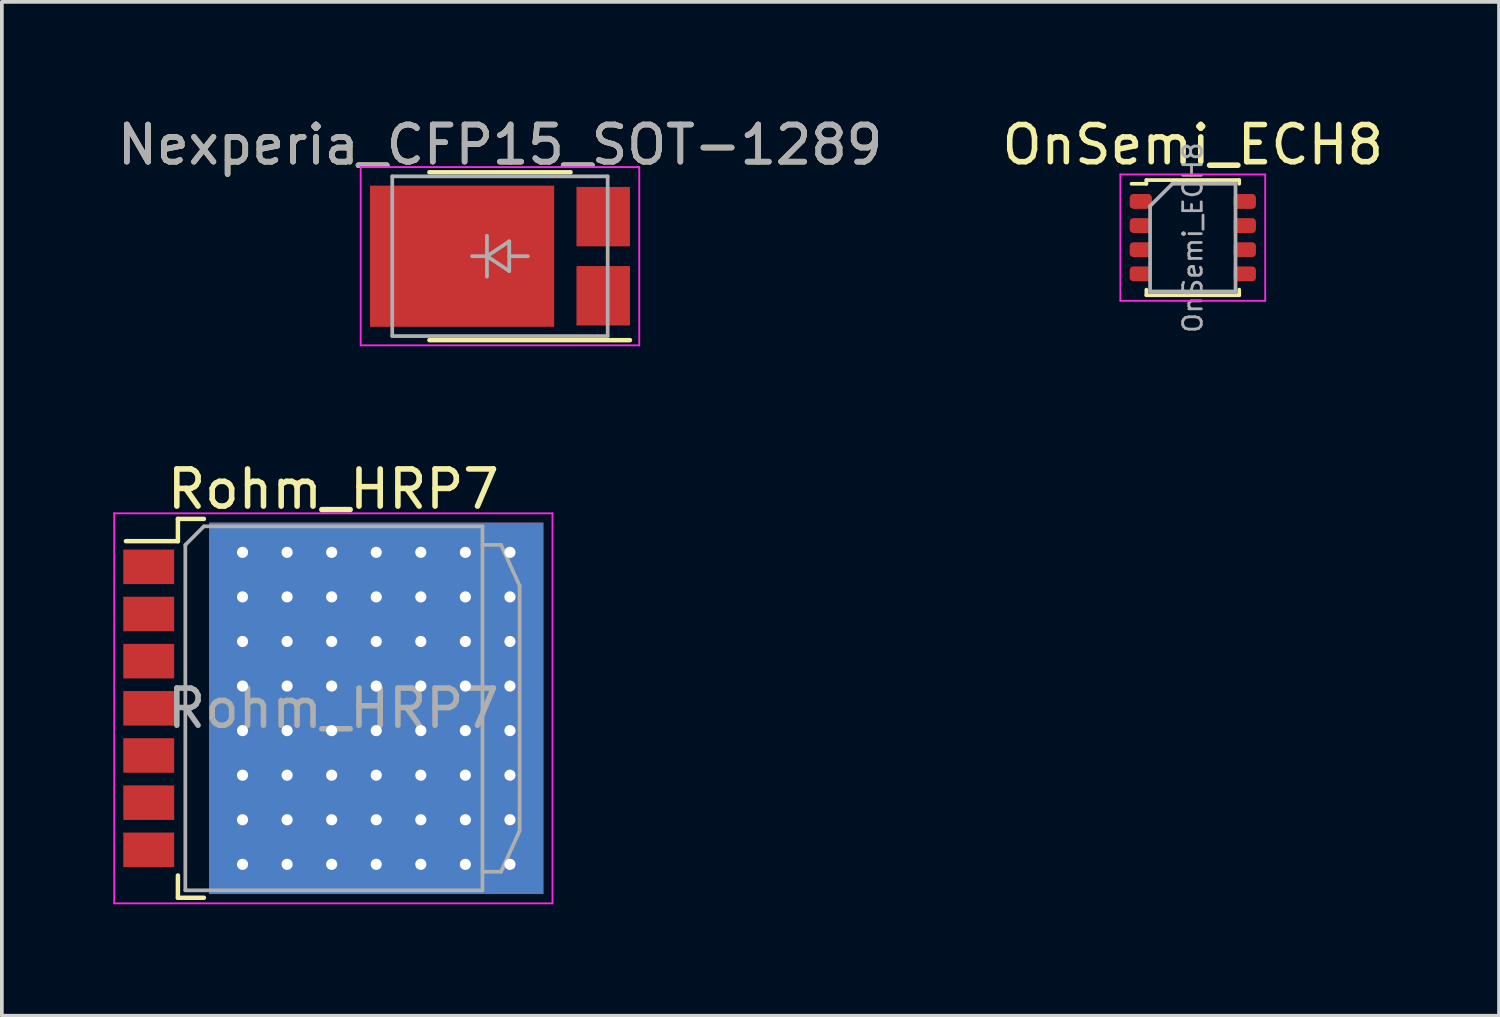
<source format=kicad_pcb>
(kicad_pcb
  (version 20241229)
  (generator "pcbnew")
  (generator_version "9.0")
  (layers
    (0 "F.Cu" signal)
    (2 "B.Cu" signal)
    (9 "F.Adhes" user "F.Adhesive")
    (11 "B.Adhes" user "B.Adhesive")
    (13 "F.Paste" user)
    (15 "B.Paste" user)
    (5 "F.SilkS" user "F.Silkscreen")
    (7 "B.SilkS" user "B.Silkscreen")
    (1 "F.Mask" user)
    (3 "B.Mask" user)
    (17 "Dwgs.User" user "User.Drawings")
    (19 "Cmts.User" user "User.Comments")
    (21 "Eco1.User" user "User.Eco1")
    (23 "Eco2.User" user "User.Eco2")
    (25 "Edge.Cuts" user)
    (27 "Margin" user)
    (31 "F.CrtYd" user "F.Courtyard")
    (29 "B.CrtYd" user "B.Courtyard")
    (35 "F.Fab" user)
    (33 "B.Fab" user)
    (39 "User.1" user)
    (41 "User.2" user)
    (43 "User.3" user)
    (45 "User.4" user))
  (footprint "Rohm_HRP7"
    (layer "F.Cu")
    (at 5.925 16.021)
    (property "Reference" "Rohm_HRP7" (at 0 -5.9 0) (layer "F.SilkS") (effects (font (size 1 1) (thickness 0.15))))
    (attr smd)
    (fp_line (start -5.585 -4.5) (end -4.185 -4.5) (stroke (width 0.12) (type solid)) (layer "F.SilkS"))
    (fp_line (start -4.185 -5.1) (end -3.485 -5.1) (stroke (width 0.12) (type solid)) (layer "F.SilkS"))
    (fp_line (start -4.185 -4.5) (end -4.185 -5.1) (stroke (width 0.12) (type solid)) (layer "F.SilkS"))
    (fp_line (start -4.185 5.1) (end -4.185 4.5) (stroke (width 0.12) (type solid)) (layer "F.SilkS"))
    (fp_line (start -3.485 5.1) (end -4.185 5.1) (stroke (width 0.12) (type solid)) (layer "F.SilkS"))
    (fp_line (start -5.9 -5.25) (end -5.9 5.25) (stroke (width 0.05) (type solid)) (layer "F.CrtYd"))
    (fp_line (start -5.9 -5.25) (end 5.9 -5.25) (stroke (width 0.05) (type solid)) (layer "F.CrtYd"))
    (fp_line (start 5.9 5.25) (end -5.9 5.25) (stroke (width 0.05) (type solid)) (layer "F.CrtYd"))
    (fp_line (start 5.9 5.25) (end 5.9 -5.25) (stroke (width 0.05) (type solid)) (layer "F.CrtYd"))
    (fp_line (start -3.985 -4.4) (end -3.485 -4.9) (stroke (width 0.1) (type solid)) (layer "F.Fab"))
    (fp_line (start -3.985 4.9) (end -3.985 -4.4) (stroke (width 0.1) (type solid)) (layer "F.Fab"))
    (fp_line (start -3.485 -4.9) (end 4.015 -4.9) (stroke (width 0.1) (type solid)) (layer "F.Fab"))
    (fp_line (start 4.015 -4.9) (end 4.015 4.9) (stroke (width 0.1) (type solid)) (layer "F.Fab"))
    (fp_line (start 4.015 -4.4) (end 4.515 -4.4) (stroke (width 0.1) (type solid)) (layer "F.Fab"))
    (fp_line (start 4.015 4.9) (end -3.985 4.9) (stroke (width 0.1) (type solid)) (layer "F.Fab"))
    (fp_line (start 4.515 -4.4) (end 5.015 -3.3) (stroke (width 0.1) (type solid)) (layer "F.Fab"))
    (fp_line (start 4.515 4.4) (end 4.015 4.4) (stroke (width 0.1) (type solid)) (layer "F.Fab"))
    (fp_line (start 5.015 -3.3) (end 5.015 3.3) (stroke (width 0.1) (type solid)) (layer "F.Fab"))
    (fp_line (start 5.015 3.3) (end 4.515 4.4) (stroke (width 0.1) (type solid)) (layer "F.Fab"))
    (fp_text user "${REFERENCE}" (at 0 0 0) (layer "F.Fab") (effects (font (size 1 1) (thickness 0.15))))
    (pad "" smd rect (at -1.095 -2.5) (size 4 4.5) (layers "F.Paste"))
    (pad "" smd rect (at -1.095 2.5) (size 4 4.5) (layers "F.Paste"))
    (pad "" smd rect (at 3.405 -2.5) (size 4 4.5) (layers "F.Paste"))
    (pad "" smd rect (at 3.405 2.5) (size 4 4.5) (layers "F.Paste"))
    (pad "1" smd rect (at -4.97 -3.81) (size 1.37 0.93) (layers "F.Cu" "F.Mask" "F.Paste"))
    (pad "2" smd rect (at -4.97 -2.54) (size 1.37 0.93) (layers "F.Cu" "F.Mask" "F.Paste"))
    (pad "3" smd rect (at -4.97 -1.27) (size 1.37 0.93) (layers "F.Cu" "F.Mask" "F.Paste"))
    (pad "4" smd rect (at -4.97 0) (size 1.37 0.93) (layers "F.Cu" "F.Mask" "F.Paste"))
    (pad "4" thru_hole circle (at -2.445 -4.2) (size 0.6 0.6) (drill 0.3) (layers "*.Cu"))
    (pad "4" thru_hole circle (at -2.445 -3) (size 0.6 0.6) (drill 0.3) (layers "*.Cu"))
    (pad "4" thru_hole circle (at -2.445 -1.8) (size 0.6 0.6) (drill 0.3) (layers "*.Cu"))
    (pad "4" thru_hole circle (at -2.445 -0.6) (size 0.6 0.6) (drill 0.3) (layers "*.Cu"))
    (pad "4" thru_hole circle (at -2.445 0.6) (size 0.6 0.6) (drill 0.3) (layers "*.Cu"))
    (pad "4" thru_hole circle (at -2.445 1.8) (size 0.6 0.6) (drill 0.3) (layers "*.Cu"))
    (pad "4" thru_hole circle (at -2.445 3) (size 0.6 0.6) (drill 0.3) (layers "*.Cu"))
    (pad "4" thru_hole circle (at -2.445 4.2) (size 0.6 0.6) (drill 0.3) (layers "*.Cu"))
    (pad "4" thru_hole circle (at -1.245 -4.2) (size 0.6 0.6) (drill 0.3) (layers "*.Cu"))
    (pad "4" thru_hole circle (at -1.245 -3) (size 0.6 0.6) (drill 0.3) (layers "*.Cu"))
    (pad "4" thru_hole circle (at -1.245 -1.8) (size 0.6 0.6) (drill 0.3) (layers "*.Cu"))
    (pad "4" thru_hole circle (at -1.245 -0.6) (size 0.6 0.6) (drill 0.3) (layers "*.Cu"))
    (pad "4" thru_hole circle (at -1.245 0.6) (size 0.6 0.6) (drill 0.3) (layers "*.Cu"))
    (pad "4" thru_hole circle (at -1.245 1.8) (size 0.6 0.6) (drill 0.3) (layers "*.Cu"))
    (pad "4" thru_hole circle (at -1.245 3) (size 0.6 0.6) (drill 0.3) (layers "*.Cu"))
    (pad "4" thru_hole circle (at -1.245 4.2) (size 0.6 0.6) (drill 0.3) (layers "*.Cu"))
    (pad "4" thru_hole circle (at -0.045 -4.2) (size 0.6 0.6) (drill 0.3) (layers "*.Cu"))
    (pad "4" thru_hole circle (at -0.045 -3) (size 0.6 0.6) (drill 0.3) (layers "*.Cu"))
    (pad "4" thru_hole circle (at -0.045 -1.8) (size 0.6 0.6) (drill 0.3) (layers "*.Cu"))
    (pad "4" thru_hole circle (at -0.045 -0.6) (size 0.6 0.6) (drill 0.3) (layers "*.Cu"))
    (pad "4" thru_hole circle (at -0.045 0.6) (size 0.6 0.6) (drill 0.3) (layers "*.Cu"))
    (pad "4" thru_hole circle (at -0.045 1.8) (size 0.6 0.6) (drill 0.3) (layers "*.Cu"))
    (pad "4" thru_hole circle (at -0.045 3) (size 0.6 0.6) (drill 0.3) (layers "*.Cu"))
    (pad "4" thru_hole circle (at -0.045 4.2) (size 0.6 0.6) (drill 0.3) (layers "*.Cu"))
    (pad "4" thru_hole circle (at 1.155 -4.2) (size 0.6 0.6) (drill 0.3) (layers "*.Cu"))
    (pad "4" thru_hole circle (at 1.155 -3) (size 0.6 0.6) (drill 0.3) (layers "*.Cu"))
    (pad "4" thru_hole circle (at 1.155 -1.8) (size 0.6 0.6) (drill 0.3) (layers "*.Cu"))
    (pad "4" thru_hole circle (at 1.155 -0.6) (size 0.6 0.6) (drill 0.3) (layers "*.Cu"))
    (pad "4" smd rect (at 1.155 0) (size 9 10) (layers "F.Cu" "F.Mask"))
    (pad "4" smd rect (at 1.155 0) (size 9 10) (layers "B.Cu"))
    (pad "4" thru_hole circle (at 1.155 0.6) (size 0.6 0.6) (drill 0.3) (layers "*.Cu"))
    (pad "4" thru_hole circle (at 1.155 1.8) (size 0.6 0.6) (drill 0.3) (layers "*.Cu"))
    (pad "4" thru_hole circle (at 1.155 3) (size 0.6 0.6) (drill 0.3) (layers "*.Cu"))
    (pad "4" thru_hole circle (at 1.155 4.2) (size 0.6 0.6) (drill 0.3) (layers "*.Cu"))
    (pad "4" thru_hole circle (at 2.355 -4.2) (size 0.6 0.6) (drill 0.3) (layers "*.Cu"))
    (pad "4" thru_hole circle (at 2.355 -3) (size 0.6 0.6) (drill 0.3) (layers "*.Cu"))
    (pad "4" thru_hole circle (at 2.355 -1.8) (size 0.6 0.6) (drill 0.3) (layers "*.Cu"))
    (pad "4" thru_hole circle (at 2.355 -0.6) (size 0.6 0.6) (drill 0.3) (layers "*.Cu"))
    (pad "4" thru_hole circle (at 2.355 0.6) (size 0.6 0.6) (drill 0.3) (layers "*.Cu"))
    (pad "4" thru_hole circle (at 2.355 1.8) (size 0.6 0.6) (drill 0.3) (layers "*.Cu"))
    (pad "4" thru_hole circle (at 2.355 3) (size 0.6 0.6) (drill 0.3) (layers "*.Cu"))
    (pad "4" thru_hole circle (at 2.355 4.2) (size 0.6 0.6) (drill 0.3) (layers "*.Cu"))
    (pad "4" thru_hole circle (at 3.555 -4.2) (size 0.6 0.6) (drill 0.3) (layers "*.Cu"))
    (pad "4" thru_hole circle (at 3.555 -3) (size 0.6 0.6) (drill 0.3) (layers "*.Cu"))
    (pad "4" thru_hole circle (at 3.555 -1.8) (size 0.6 0.6) (drill 0.3) (layers "*.Cu"))
    (pad "4" thru_hole circle (at 3.555 -0.6) (size 0.6 0.6) (drill 0.3) (layers "*.Cu"))
    (pad "4" thru_hole circle (at 3.555 0.6) (size 0.6 0.6) (drill 0.3) (layers "*.Cu"))
    (pad "4" thru_hole circle (at 3.555 1.8) (size 0.6 0.6) (drill 0.3) (layers "*.Cu"))
    (pad "4" thru_hole circle (at 3.555 3) (size 0.6 0.6) (drill 0.3) (layers "*.Cu"))
    (pad "4" thru_hole circle (at 3.555 4.2) (size 0.6 0.6) (drill 0.3) (layers "*.Cu"))
    (pad "4" thru_hole circle (at 4.755 -4.2) (size 0.6 0.6) (drill 0.3) (layers "*.Cu"))
    (pad "4" thru_hole circle (at 4.755 -3) (size 0.6 0.6) (drill 0.3) (layers "*.Cu"))
    (pad "4" thru_hole circle (at 4.755 -1.8) (size 0.6 0.6) (drill 0.3) (layers "*.Cu"))
    (pad "4" thru_hole circle (at 4.755 -0.6) (size 0.6 0.6) (drill 0.3) (layers "*.Cu"))
    (pad "4" thru_hole circle (at 4.755 0.6) (size 0.6 0.6) (drill 0.3) (layers "*.Cu"))
    (pad "4" thru_hole circle (at 4.755 1.8) (size 0.6 0.6) (drill 0.3) (layers "*.Cu"))
    (pad "4" thru_hole circle (at 4.755 3) (size 0.6 0.6) (drill 0.3) (layers "*.Cu"))
    (pad "4" thru_hole circle (at 4.755 4.2) (size 0.6 0.6) (drill 0.3) (layers "*.Cu"))
    (pad "5" smd rect (at -4.97 1.27) (size 1.37 0.93) (layers "F.Cu" "F.Mask" "F.Paste"))
    (pad "6" smd rect (at -4.97 2.54) (size 1.37 0.93) (layers "F.Cu" "F.Mask" "F.Paste"))
    (pad "7" smd rect (at -4.97 3.81) (size 1.37 0.93) (layers "F.Cu" "F.Mask" "F.Paste")))
  (footprint "Nexperia_CFP15_SOT-1289"
    (layer "F.Cu")
    (at 10.411 3.848)
    (property "Reference" "Nexperia_CFP15_SOT-1289" (at 0 -3 0) (layer "F.SilkS") (effects (font (size 1 1) (thickness 0.15))))
    (attr smd)
    (fp_line (start -1.9 -2.26) (end 1.9 -2.26) (stroke (width 0.12) (type solid)) (layer "F.SilkS"))
    (fp_line (start -1.9 2.26) (end 3.5 2.26) (stroke (width 0.12) (type solid)) (layer "F.SilkS"))
    (fp_line (start -3.75 -2.4) (end -3.75 2.4) (stroke (width 0.05) (type solid)) (layer "F.CrtYd"))
    (fp_line (start -3.75 -2.4) (end 3.75 -2.4) (stroke (width 0.05) (type solid)) (layer "F.CrtYd"))
    (fp_line (start 3.75 -2.4) (end 3.75 2.4) (stroke (width 0.05) (type solid)) (layer "F.CrtYd"))
    (fp_line (start 3.75 2.4) (end -3.75 2.4) (stroke (width 0.05) (type solid)) (layer "F.CrtYd"))
    (fp_line (start -2.9 -2.15) (end 2.9 -2.15) (stroke (width 0.1) (type solid)) (layer "F.Fab"))
    (fp_line (start -2.9 2.15) (end -2.9 -2.15) (stroke (width 0.1) (type solid)) (layer "F.Fab"))
    (fp_line (start -0.75 0) (end -0.35 0) (stroke (width 0.1) (type solid)) (layer "F.Fab"))
    (fp_line (start -0.35 -0.55) (end -0.35 0.55) (stroke (width 0.1) (type solid)) (layer "F.Fab"))
    (fp_line (start -0.35 0) (end 0.25 -0.4) (stroke (width 0.1) (type solid)) (layer "F.Fab"))
    (fp_line (start 0.25 -0.4) (end 0.25 0.4) (stroke (width 0.1) (type solid)) (layer "F.Fab"))
    (fp_line (start 0.25 0) (end 0.75 0) (stroke (width 0.1) (type solid)) (layer "F.Fab"))
    (fp_line (start 0.25 0.4) (end -0.35 0) (stroke (width 0.1) (type solid)) (layer "F.Fab"))
    (fp_line (start 2.9 -2.15) (end 2.9 2.15) (stroke (width 0.1) (type solid)) (layer "F.Fab"))
    (fp_line (start 2.9 2.15) (end -2.9 2.15) (stroke (width 0.1) (type solid)) (layer "F.Fab"))
    (fp_text user "${REFERENCE}" (at 0 -3 0) (layer "F.Fab") (effects (font (size 1 1) (thickness 0.15))))
    (pad "" smd rect (at -3.15 0) (size 0.6 2.4) (layers "F.Paste"))
    (pad "" smd rect (at -1.7 -0.95) (size 1.9 1.7) (layers "F.Paste"))
    (pad "" smd rect (at -1.7 0.95) (size 1.9 1.7) (layers "F.Paste"))
    (pad "" smd rect (at 0.4 -0.95) (size 1.9 1.7) (layers "F.Paste"))
    (pad "" smd rect (at 0.4 0.95) (size 1.9 1.7) (layers "F.Paste"))
    (pad "1" smd rect (at 2.78 1.065) (size 1.44 1.6) (layers "F.Cu" "F.Mask" "F.Paste"))
    (pad "2" smd rect (at 2.78 -1.065) (size 1.44 1.6) (layers "F.Cu" "F.Mask" "F.Paste"))
    (pad "3" smd rect (at -1.02 0) (size 4.96 3.8) (layers "F.Cu" "F.Mask")))
  (footprint "OnSemi_ECH8"
    (layer "F.Cu")
    (at 29.065 3.348)
    (property "Reference" "OnSemi_ECH8" (at 0 -2.5 0) (layer "F.SilkS") (effects (font (size 1 1) (thickness 0.15))))
    (attr smd)
    (fp_line (start -1.65 -1.45) (end -1.25 -1.45) (stroke (width 0.1) (type solid)) (layer "F.SilkS"))
    (fp_line (start -1.25 -1.55) (end 1.25 -1.55) (stroke (width 0.1) (type solid)) (layer "F.SilkS"))
    (fp_line (start -1.25 -1.45) (end -1.25 -1.55) (stroke (width 0.1) (type solid)) (layer "F.SilkS"))
    (fp_line (start -1.25 1.4) (end -1.25 1.55) (stroke (width 0.1) (type solid)) (layer "F.SilkS"))
    (fp_line (start -1.25 1.55) (end 1.25 1.55) (stroke (width 0.1) (type solid)) (layer "F.SilkS"))
    (fp_line (start 1.25 -1.55) (end 1.25 -1.45) (stroke (width 0.1) (type solid)) (layer "F.SilkS"))
    (fp_line (start 1.25 1.55) (end 1.25 1.4) (stroke (width 0.1) (type solid)) (layer "F.SilkS"))
    (fp_line (start -1.95 -1.7) (end -1.95 1.7) (stroke (width 0.05) (type solid)) (layer "F.CrtYd"))
    (fp_line (start -1.95 1.7) (end 1.95 1.7) (stroke (width 0.05) (type solid)) (layer "F.CrtYd"))
    (fp_line (start 1.95 -1.7) (end -1.95 -1.7) (stroke (width 0.05) (type solid)) (layer "F.CrtYd"))
    (fp_line (start 1.95 1.7) (end 1.95 -1.7) (stroke (width 0.05) (type solid)) (layer "F.CrtYd"))
    (fp_line (start -1.15 -0.85) (end -0.55 -1.45) (stroke (width 0.1) (type solid)) (layer "F.Fab"))
    (fp_line (start -1.15 1.45) (end -1.15 -0.85) (stroke (width 0.1) (type solid)) (layer "F.Fab"))
    (fp_line (start -0.55 -1.45) (end 1.15 -1.45) (stroke (width 0.1) (type solid)) (layer "F.Fab"))
    (fp_line (start 1.15 -1.45) (end 1.15 1.45) (stroke (width 0.1) (type solid)) (layer "F.Fab"))
    (fp_line (start 1.15 1.45) (end -1.15 1.45) (stroke (width 0.1) (type solid)) (layer "F.Fab"))
    (fp_text user "${REFERENCE}" (at 0 0 270) (layer "F.Fab") (effects (font (size 0.5 0.5) (thickness 0.075))))
    (pad "1" smd roundrect (at -1.4 -0.975 270) (size 0.4 0.6) (layers "F.Cu" "F.Mask" "F.Paste") (roundrect_rratio 0.25))
    (pad "2" smd roundrect (at -1.4 -0.325 270) (size 0.4 0.6) (layers "F.Cu" "F.Mask" "F.Paste") (roundrect_rratio 0.25))
    (pad "3" smd roundrect (at -1.4 0.325 270) (size 0.4 0.6) (layers "F.Cu" "F.Mask" "F.Paste") (roundrect_rratio 0.25))
    (pad "4" smd roundrect (at -1.4 0.975 270) (size 0.4 0.6) (layers "F.Cu" "F.Mask" "F.Paste") (roundrect_rratio 0.25))
    (pad "5" smd roundrect (at 1.4 0.975 270) (size 0.4 0.6) (layers "F.Cu" "F.Mask" "F.Paste") (roundrect_rratio 0.25))
    (pad "6" smd roundrect (at 1.4 0.325 270) (size 0.4 0.6) (layers "F.Cu" "F.Mask" "F.Paste") (roundrect_rratio 0.25))
    (pad "7" smd roundrect (at 1.4 -0.325 270) (size 0.4 0.6) (layers "F.Cu" "F.Mask" "F.Paste") (roundrect_rratio 0.25))
    (pad "8" smd roundrect (at 1.4 -0.975 270) (size 0.4 0.6) (layers "F.Cu" "F.Mask" "F.Paste") (roundrect_rratio 0.25)))
  (gr_rect
    (start -3 -3)
    (end 37.31 24.297)
    (stroke (width 0.1) (type default))
    (fill no)
    (layer "Edge.Cuts")))
</source>
